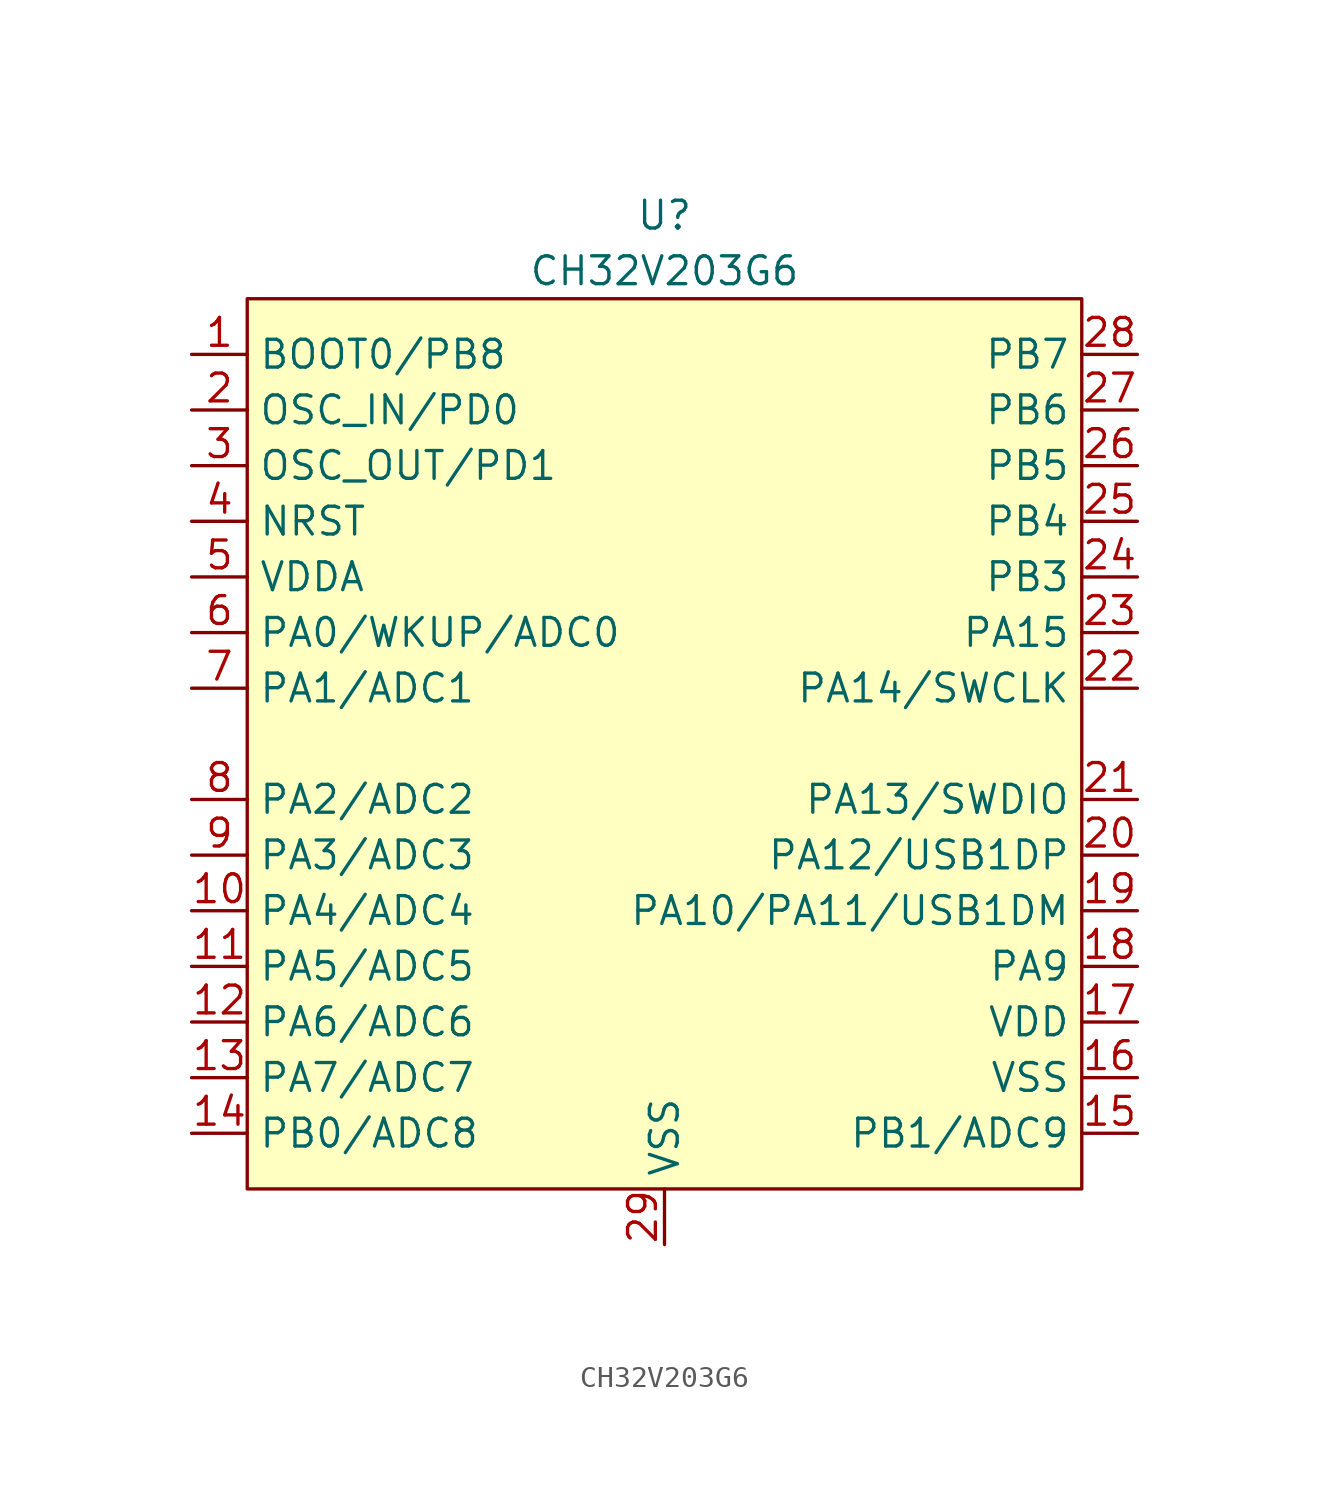
<source format=kicad_sym>
(kicad_symbol_lib
  (version 20211014)
  (generator kicad_symbol_editor)
  (symbol "CH32V203G6"
    (property "Reference" "U"
      (at 0 3.81 0)
      (effects (font (size 1.27 1.27))))
    (property "Value" "CH32V203G6"
      (at 0 1.27 0)
      (effects (font (size 1.27 1.27))))
    (symbol "CH32V203G6_0_1"
      (rectangle (start -19.05 0) (end 19.05 -40.64) (stroke (width 0.152) (type default) (color 0 0 0 0)) (fill (type background))))
    (symbol "CH32V203G6_1_1"
      (pin bidirectional line (at -21.59 -2.54 0) (length 2.54) (name "BOOT0/PB8" (effects (font (size 1.27 1.27)))) (number "1" (effects (font (size 1.27 1.27)))))
      (pin bidirectional line (at -21.59 -27.94 0) (length 2.54) (name "PA4/ADC4" (effects (font (size 1.27 1.27)))) (number "10" (effects (font (size 1.27 1.27)))))
      (pin bidirectional line (at -21.59 -30.48 0) (length 2.54) (name "PA5/ADC5" (effects (font (size 1.27 1.27)))) (number "11" (effects (font (size 1.27 1.27)))))
      (pin bidirectional line (at -21.59 -33.02 0) (length 2.54) (name "PA6/ADC6" (effects (font (size 1.27 1.27)))) (number "12" (effects (font (size 1.27 1.27)))))
      (pin bidirectional line (at -21.59 -35.56 0) (length 2.54) (name "PA7/ADC7" (effects (font (size 1.27 1.27)))) (number "13" (effects (font (size 1.27 1.27)))))
      (pin bidirectional line (at -21.59 -38.1 0) (length 2.54) (name "PB0/ADC8" (effects (font (size 1.27 1.27)))) (number "14" (effects (font (size 1.27 1.27)))))
      (pin bidirectional line (at 21.59 -38.1 180) (length 2.54) (name "PB1/ADC9" (effects (font (size 1.27 1.27)))) (number "15" (effects (font (size 1.27 1.27)))))
      (pin power_in line (at 21.59 -35.56 180) (length 2.54) (name "VSS" (effects (font (size 1.27 1.27)))) (number "16" (effects (font (size 1.27 1.27)))))
      (pin power_in line (at 21.59 -33.02 180) (length 2.54) (name "VDD" (effects (font (size 1.27 1.27)))) (number "17" (effects (font (size 1.27 1.27)))))
      (pin bidirectional line (at 21.59 -30.48 180) (length 2.54) (name "PA9" (effects (font (size 1.27 1.27)))) (number "18" (effects (font (size 1.27 1.27)))))
      (pin bidirectional line (at 21.59 -27.94 180) (length 2.54) (name "PA10/PA11/USB1DM" (effects (font (size 1.27 1.27)))) (number "19" (effects (font (size 1.27 1.27)))))
      (pin bidirectional line (at -21.59 -5.08 0) (length 2.54) (name "OSC_IN/PD0" (effects (font (size 1.27 1.27)))) (number "2" (effects (font (size 1.27 1.27)))))
      (pin bidirectional line (at 21.59 -25.4 180) (length 2.54) (name "PA12/USB1DP" (effects (font (size 1.27 1.27)))) (number "20" (effects (font (size 1.27 1.27)))))
      (pin bidirectional line (at 21.59 -22.86 180) (length 2.54) (name "PA13/SWDIO" (effects (font (size 1.27 1.27)))) (number "21" (effects (font (size 1.27 1.27)))))
      (pin bidirectional line (at 21.59 -17.78 180) (length 2.54) (name "PA14/SWCLK" (effects (font (size 1.27 1.27)))) (number "22" (effects (font (size 1.27 1.27)))))
      (pin bidirectional line (at 21.59 -15.24 180) (length 2.54) (name "PA15" (effects (font (size 1.27 1.27)))) (number "23" (effects (font (size 1.27 1.27)))))
      (pin bidirectional line (at 21.59 -12.7 180) (length 2.54) (name "PB3" (effects (font (size 1.27 1.27)))) (number "24" (effects (font (size 1.27 1.27)))))
      (pin bidirectional line (at 21.59 -10.16 180) (length 2.54) (name "PB4" (effects (font (size 1.27 1.27)))) (number "25" (effects (font (size 1.27 1.27)))))
      (pin bidirectional line (at 21.59 -7.62 180) (length 2.54) (name "PB5" (effects (font (size 1.27 1.27)))) (number "26" (effects (font (size 1.27 1.27)))))
      (pin bidirectional line (at 21.59 -5.08 180) (length 2.54) (name "PB6" (effects (font (size 1.27 1.27)))) (number "27" (effects (font (size 1.27 1.27)))))
      (pin bidirectional line (at 21.59 -2.54 180) (length 2.54) (name "PB7" (effects (font (size 1.27 1.27)))) (number "28" (effects (font (size 1.27 1.27)))))
      (pin power_in line (at 0 -43.18 90) (length 2.54) (name "VSS" (effects (font (size 1.27 1.27)))) (number "29" (effects (font (size 1.27 1.27)))))
      (pin bidirectional line (at -21.59 -7.62 0) (length 2.54) (name "OSC_OUT/PD1" (effects (font (size 1.27 1.27)))) (number "3" (effects (font (size 1.27 1.27)))))
      (pin bidirectional line (at -21.59 -10.16 0) (length 2.54) (name "NRST" (effects (font (size 1.27 1.27)))) (number "4" (effects (font (size 1.27 1.27)))))
      (pin power_in line (at -21.59 -12.7 0) (length 2.54) (name "VDDA" (effects (font (size 1.27 1.27)))) (number "5" (effects (font (size 1.27 1.27)))))
      (pin bidirectional line (at -21.59 -15.24 0) (length 2.54) (name "PA0/WKUP/ADC0" (effects (font (size 1.27 1.27)))) (number "6" (effects (font (size 1.27 1.27)))))
      (pin bidirectional line (at -21.59 -17.78 0) (length 2.54) (name "PA1/ADC1" (effects (font (size 1.27 1.27)))) (number "7" (effects (font (size 1.27 1.27)))))
      (pin bidirectional line (at -21.59 -22.86 0) (length 2.54) (name "PA2/ADC2" (effects (font (size 1.27 1.27)))) (number "8" (effects (font (size 1.27 1.27)))))
      (pin bidirectional line (at -21.59 -25.4 0) (length 2.54) (name "PA3/ADC3" (effects (font (size 1.27 1.27)))) (number "9" (effects (font (size 1.27 1.27))))))))
</source>
